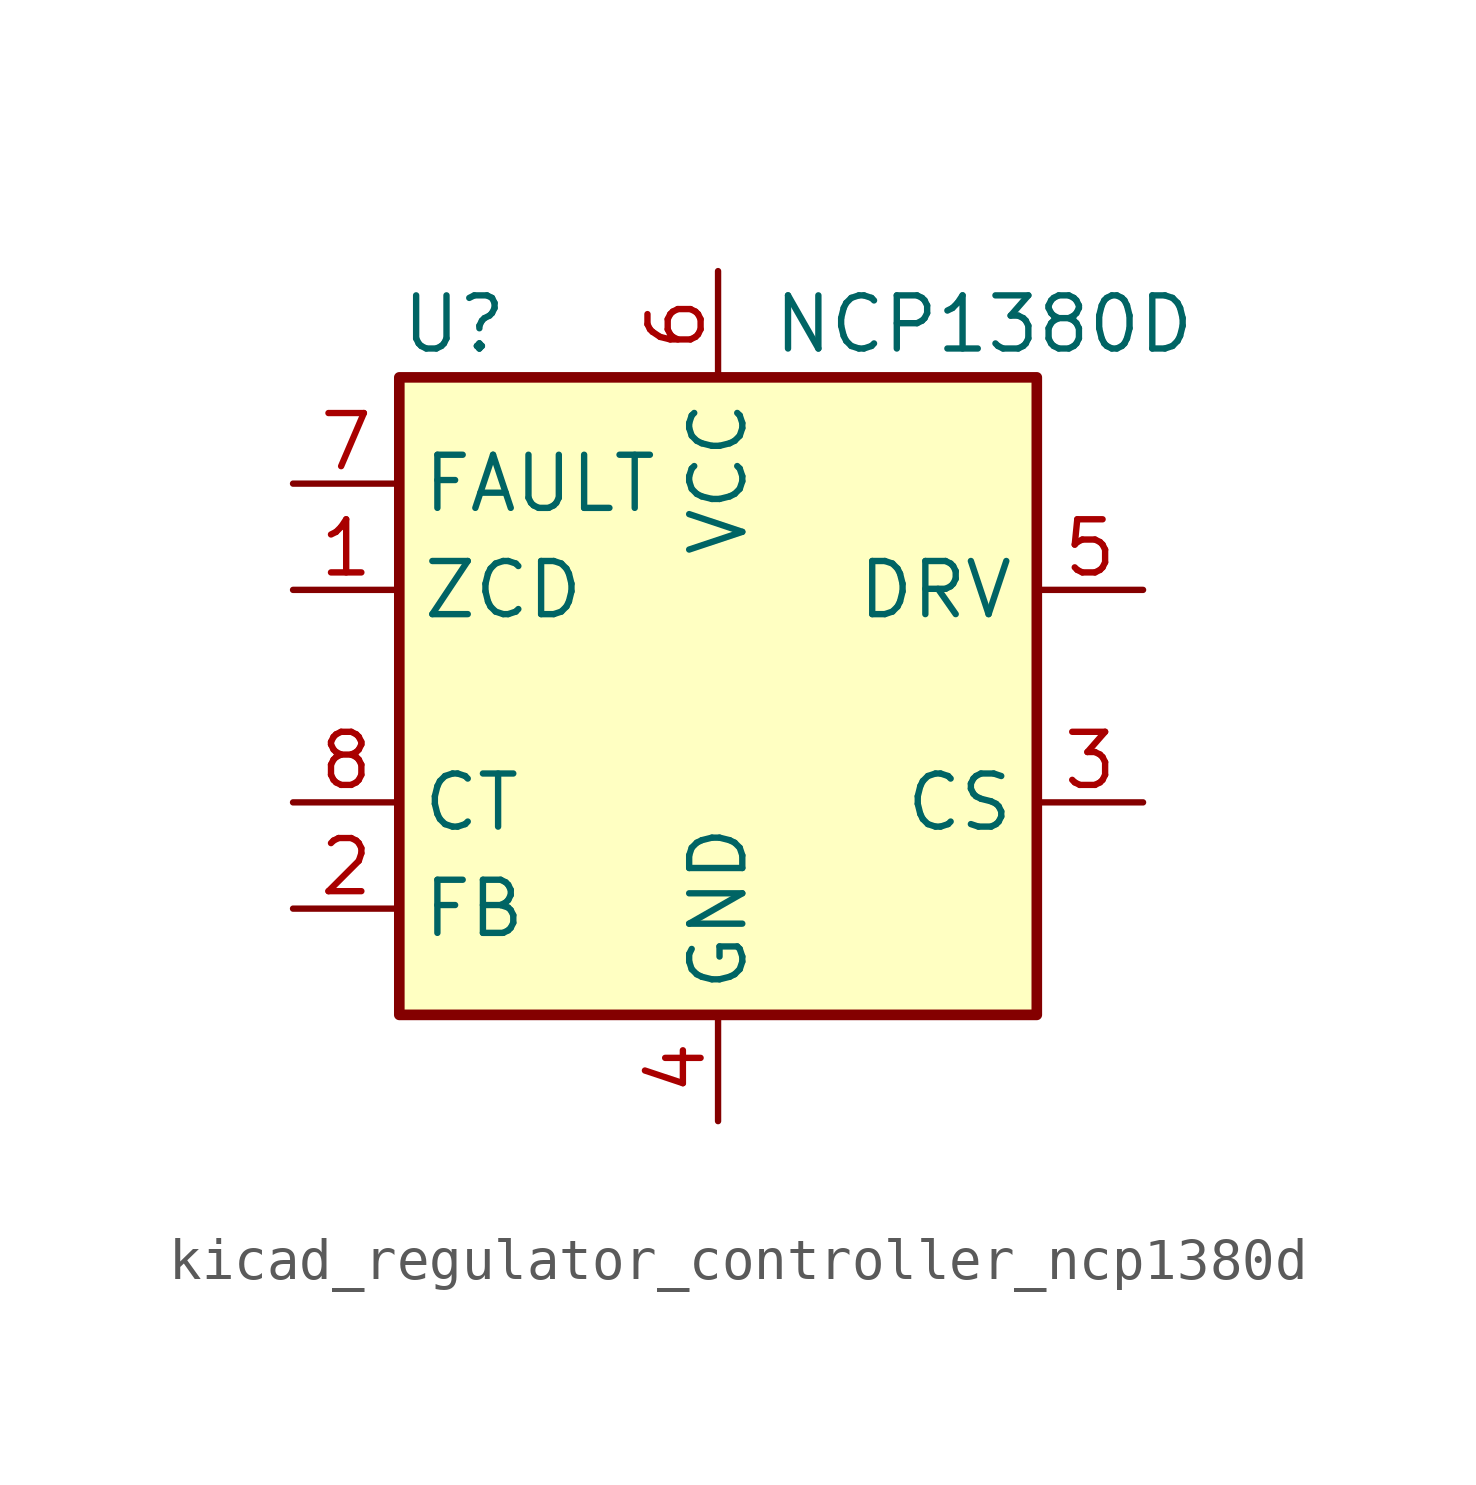
<source format=kicad_sym>
(kicad_symbol_lib
  (version 20220914)
  (generator kicad_symbol_editor)
  (symbol "kicad_regulator_controller_ncp1380d"
    (property "Reference" "U"
      (at -7.62 8.89 0)
      (effects (font (size 1.27 1.27)) (justify left)))
    (property "Value" "NCP1380D"
      (at 1.27 8.89 0)
      (effects (font (size 1.27 1.27)) (justify left)))
    (symbol "kicad_regulator_controller_ncp1380d_0_0"
      (rectangle (start -7.62 7.62) (end 7.62 -7.62) (stroke (width 0.254) (type default)) (fill (type background))))
    (symbol "kicad_regulator_controller_ncp1380d_1_1"
      (pin input line (at -10.16 2.54 0) (length 2.54) (name "ZCD" (effects (font (size 1.27 1.27)))) (number "1" (effects (font (size 1.27 1.27)))))
      (pin input line (at -10.16 -5.08 0) (length 2.54) (name "FB" (effects (font (size 1.27 1.27)))) (number "2" (effects (font (size 1.27 1.27)))))
      (pin input line (at 10.16 -2.54 180) (length 2.54) (name "CS" (effects (font (size 1.27 1.27)))) (number "3" (effects (font (size 1.27 1.27)))))
      (pin power_in line (at 0 -10.16 90) (length 2.54) (name "GND" (effects (font (size 1.27 1.27)))) (number "4" (effects (font (size 1.27 1.27)))))
      (pin output line (at 10.16 2.54 180) (length 2.54) (name "DRV" (effects (font (size 1.27 1.27)))) (number "5" (effects (font (size 1.27 1.27)))))
      (pin power_in line (at 0 10.16 270) (length 2.54) (name "VCC" (effects (font (size 1.27 1.27)))) (number "6" (effects (font (size 1.27 1.27)))))
      (pin input line (at -10.16 5.08 0) (length 2.54) (name "FAULT" (effects (font (size 1.27 1.27)))) (number "7" (effects (font (size 1.27 1.27)))))
      (pin passive line (at -10.16 -2.54 0) (length 2.54) (name "CT" (effects (font (size 1.27 1.27)))) (number "8" (effects (font (size 1.27 1.27))))))))
</source>
